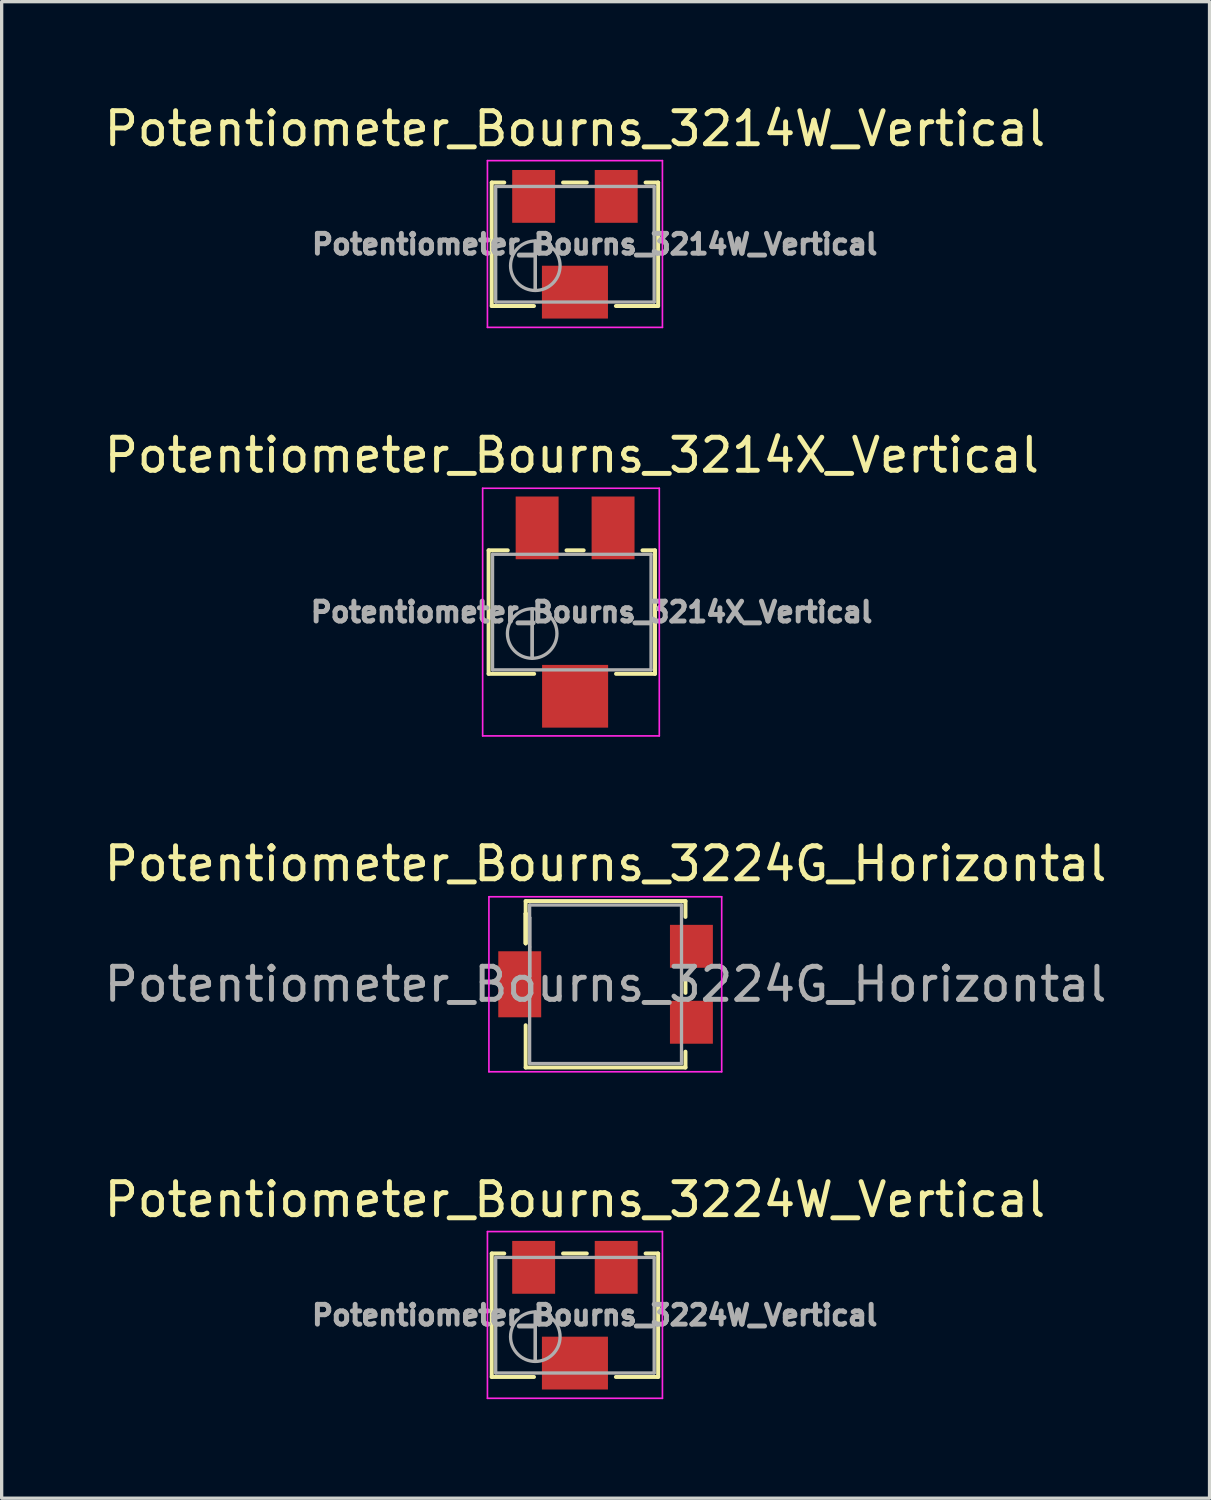
<source format=kicad_pcb>
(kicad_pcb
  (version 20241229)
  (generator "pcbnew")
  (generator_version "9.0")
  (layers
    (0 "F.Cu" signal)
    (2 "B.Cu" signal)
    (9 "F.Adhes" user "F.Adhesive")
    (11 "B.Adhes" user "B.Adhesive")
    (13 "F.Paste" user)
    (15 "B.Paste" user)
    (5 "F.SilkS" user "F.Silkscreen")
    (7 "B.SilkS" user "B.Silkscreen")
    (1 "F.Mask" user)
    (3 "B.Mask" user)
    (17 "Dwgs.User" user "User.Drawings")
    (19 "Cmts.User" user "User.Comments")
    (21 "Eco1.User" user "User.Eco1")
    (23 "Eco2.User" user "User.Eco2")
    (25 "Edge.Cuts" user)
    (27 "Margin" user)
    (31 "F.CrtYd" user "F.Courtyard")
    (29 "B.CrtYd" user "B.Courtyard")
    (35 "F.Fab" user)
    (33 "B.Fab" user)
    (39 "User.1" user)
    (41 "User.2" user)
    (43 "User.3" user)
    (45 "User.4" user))
  (footprint "Potentiometer_Bourns_3224W_Vertical"
    (layer "F.Cu")
    (at 14.363 36.301)
    (property "Reference" "Potentiometer_Bourns_3224W_Vertical" (at 0 -3.017 0) (layer "F.SilkS") (effects (font (size 1 1) (thickness 0.15))))
    (attr smd)
    (fp_line (start -2.52 -1.387) (end -2.52 2.353) (stroke (width 0.12) (type solid)) (layer "F.SilkS"))
    (fp_line (start -2.52 -1.387) (end -2.14 -1.387) (stroke (width 0.12) (type solid)) (layer "F.SilkS"))
    (fp_line (start -2.52 2.353) (end -1.24 2.353) (stroke (width 0.12) (type solid)) (layer "F.SilkS"))
    (fp_line (start -0.36 -1.387) (end 0.36 -1.387) (stroke (width 0.12) (type solid)) (layer "F.SilkS"))
    (fp_line (start 1.24 2.353) (end 2.52 2.353) (stroke (width 0.12) (type solid)) (layer "F.SilkS"))
    (fp_line (start 2.14 -1.387) (end 2.52 -1.387) (stroke (width 0.12) (type solid)) (layer "F.SilkS"))
    (fp_line (start 2.52 -1.387) (end 2.52 2.353) (stroke (width 0.12) (type solid)) (layer "F.SilkS"))
    (fp_line (start -2.65 -2.05) (end -2.65 3) (stroke (width 0.05) (type solid)) (layer "F.CrtYd"))
    (fp_line (start -2.65 3) (end 2.65 3) (stroke (width 0.05) (type solid)) (layer "F.CrtYd"))
    (fp_line (start 2.65 -2.05) (end -2.65 -2.05) (stroke (width 0.05) (type solid)) (layer "F.CrtYd"))
    (fp_line (start 2.65 3) (end 2.65 -2.05) (stroke (width 0.05) (type solid)) (layer "F.CrtYd"))
    (fp_line (start -2.4 -1.267) (end -2.4 2.233) (stroke (width 0.1) (type solid)) (layer "F.Fab"))
    (fp_line (start -2.4 2.233) (end 2.4 2.233) (stroke (width 0.1) (type solid)) (layer "F.Fab"))
    (fp_line (start -1.2 1.876) (end -1.199 0.391) (stroke (width 0.1) (type solid)) (layer "F.Fab"))
    (fp_line (start -1.2 1.876) (end -1.199 0.391) (stroke (width 0.1) (type solid)) (layer "F.Fab"))
    (fp_line (start 2.4 -1.267) (end -2.4 -1.267) (stroke (width 0.1) (type solid)) (layer "F.Fab"))
    (fp_line (start 2.4 2.233) (end 2.4 -1.267) (stroke (width 0.1) (type solid)) (layer "F.Fab"))
    (fp_circle (center -1.2 1.133) (end -0.45 1.133) (stroke (width 0.1) (type solid)) (fill no) (layer "F.Fab"))
    (fp_text user "${REFERENCE}" (at 0.6 0.483 0) (layer "F.Fab") (effects (font (size 0.6 0.6) (thickness 0.15))))
    (pad "1" smd rect (at 1.25 -0.967) (size 1.3 1.6) (layers "F.Cu" "F.Mask" "F.Paste"))
    (pad "2" smd rect (at 0 1.933) (size 2 1.6) (layers "F.Cu" "F.Mask" "F.Paste"))
    (pad "3" smd rect (at -1.25 -0.967) (size 1.3 1.6) (layers "F.Cu" "F.Mask" "F.Paste")))
  (footprint "Potentiometer_Bourns_3214X_Vertical"
    (layer "F.Cu")
    (at 14.368 14.638)
    (property "Reference" "Potentiometer_Bourns_3214X_Vertical" (at -0.1 -3.9 0) (layer "F.SilkS") (effects (font (size 1 1) (thickness 0.15))))
    (attr smd)
    (fp_line (start -2.62 -1.02) (end -2.62 2.72) (stroke (width 0.12) (type solid)) (layer "F.SilkS"))
    (fp_line (start -2.62 -1.02) (end -2.039 -1.02) (stroke (width 0.12) (type solid)) (layer "F.SilkS"))
    (fp_line (start -2.62 2.72) (end -1.24 2.72) (stroke (width 0.12) (type solid)) (layer "F.SilkS"))
    (fp_line (start -0.26 -1.02) (end 0.26 -1.02) (stroke (width 0.12) (type solid)) (layer "F.SilkS"))
    (fp_line (start 1.24 2.72) (end 2.42 2.72) (stroke (width 0.12) (type solid)) (layer "F.SilkS"))
    (fp_line (start 2.04 -1.02) (end 2.42 -1.02) (stroke (width 0.12) (type solid)) (layer "F.SilkS"))
    (fp_line (start 2.42 -1.02) (end 2.42 2.72) (stroke (width 0.12) (type solid)) (layer "F.SilkS"))
    (fp_line (start -2.8 -2.9) (end -2.8 4.6) (stroke (width 0.05) (type solid)) (layer "F.CrtYd"))
    (fp_line (start -2.8 4.6) (end 2.55 4.6) (stroke (width 0.05) (type solid)) (layer "F.CrtYd"))
    (fp_line (start 2.55 -2.9) (end -2.8 -2.9) (stroke (width 0.05) (type solid)) (layer "F.CrtYd"))
    (fp_line (start 2.55 4.6) (end 2.55 -2.9) (stroke (width 0.05) (type solid)) (layer "F.CrtYd"))
    (fp_line (start -2.5 -0.9) (end -2.5 2.6) (stroke (width 0.1) (type solid)) (layer "F.Fab"))
    (fp_line (start -2.5 2.6) (end 2.3 2.6) (stroke (width 0.1) (type solid)) (layer "F.Fab"))
    (fp_line (start -1.3 2.243) (end -1.299 0.758) (stroke (width 0.1) (type solid)) (layer "F.Fab"))
    (fp_line (start -1.3 2.243) (end -1.299 0.758) (stroke (width 0.1) (type solid)) (layer "F.Fab"))
    (fp_line (start 2.3 -0.9) (end -2.5 -0.9) (stroke (width 0.1) (type solid)) (layer "F.Fab"))
    (fp_line (start 2.3 2.6) (end 2.3 -0.9) (stroke (width 0.1) (type solid)) (layer "F.Fab"))
    (fp_circle (center -1.3 1.5) (end -0.55 1.5) (stroke (width 0.1) (type solid)) (fill no) (layer "F.Fab"))
    (fp_text user "${REFERENCE}" (at 0.5 0.85 0) (layer "F.Fab") (effects (font (size 0.6 0.6) (thickness 0.15))))
    (pad "1" smd rect (at 1.15 -1.7) (size 1.3 1.9) (layers "F.Cu" "F.Mask" "F.Paste"))
    (pad "2" smd rect (at 0 3.4) (size 2 1.9) (layers "F.Cu" "F.Mask" "F.Paste"))
    (pad "3" smd rect (at -1.15 -1.7) (size 1.3 1.9) (layers "F.Cu" "F.Mask" "F.Paste")))
  (footprint "Potentiometer_Bourns_3224G_Horizontal"
    (layer "F.Cu")
    (at 16.158 26.761)
    (property "Reference" "Potentiometer_Bourns_3224G_Horizontal" (at -0.867 -3.65 0) (layer "F.SilkS") (effects (font (size 1 1) (thickness 0.15))))
    (attr smd)
    (fp_line (start -3.287 -2.52) (end -3.287 -1.24) (stroke (width 0.12) (type solid)) (layer "F.SilkS"))
    (fp_line (start -3.287 -2.52) (end 1.553 -2.52) (stroke (width 0.12) (type solid)) (layer "F.SilkS"))
    (fp_line (start -3.287 -2.14) (end -3.287 -2.14) (stroke (width 0.12) (type solid)) (layer "F.SilkS"))
    (fp_line (start -3.287 -2.14) (end -3.287 -1.24) (stroke (width 0.12) (type solid)) (layer "F.SilkS"))
    (fp_line (start -3.287 -2.14) (end -3.287 -1.24) (stroke (width 0.12) (type solid)) (layer "F.SilkS"))
    (fp_line (start -3.287 1.24) (end -3.287 2.52) (stroke (width 0.12) (type solid)) (layer "F.SilkS"))
    (fp_line (start -3.287 2.52) (end 1.553 2.52) (stroke (width 0.12) (type solid)) (layer "F.SilkS"))
    (fp_line (start 1.553 -2.52) (end 1.553 -2.04) (stroke (width 0.12) (type solid)) (layer "F.SilkS"))
    (fp_line (start 1.553 -0.26) (end 1.553 0.26) (stroke (width 0.12) (type solid)) (layer "F.SilkS"))
    (fp_line (start 1.553 2.04) (end 1.553 2.52) (stroke (width 0.12) (type solid)) (layer "F.SilkS"))
    (fp_line (start -4.4 -2.65) (end -4.4 2.65) (stroke (width 0.05) (type solid)) (layer "F.CrtYd"))
    (fp_line (start -4.4 2.65) (end 2.65 2.65) (stroke (width 0.05) (type solid)) (layer "F.CrtYd"))
    (fp_line (start 2.65 -2.65) (end -4.4 -2.65) (stroke (width 0.05) (type solid)) (layer "F.CrtYd"))
    (fp_line (start 2.65 2.65) (end 2.65 -2.65) (stroke (width 0.05) (type solid)) (layer "F.CrtYd"))
    (fp_line (start -3.167 -2.4) (end -3.167 2.4) (stroke (width 0.1) (type solid)) (layer "F.Fab"))
    (fp_line (start -3.167 -2.02) (end -3.167 -2.02) (stroke (width 0.1) (type solid)) (layer "F.Fab"))
    (fp_line (start -3.167 -2.02) (end -3.167 -0.24) (stroke (width 0.1) (type solid)) (layer "F.Fab"))
    (fp_line (start -3.167 -1.13) (end -3.167 -1.13) (stroke (width 0.1) (type solid)) (layer "F.Fab"))
    (fp_line (start -3.167 -0.24) (end -3.167 -2.02) (stroke (width 0.1) (type solid)) (layer "F.Fab"))
    (fp_line (start -3.167 -0.24) (end -3.167 -0.24) (stroke (width 0.1) (type solid)) (layer "F.Fab"))
    (fp_line (start -3.167 2.4) (end 1.433 2.4) (stroke (width 0.1) (type solid)) (layer "F.Fab"))
    (fp_line (start 1.433 -2.4) (end -3.167 -2.4) (stroke (width 0.1) (type solid)) (layer "F.Fab"))
    (fp_line (start 1.433 2.4) (end 1.433 -2.4) (stroke (width 0.1) (type solid)) (layer "F.Fab"))
    (fp_text user "${REFERENCE}" (at -0.867 0 0) (layer "F.Fab") (effects (font (size 1 1) (thickness 0.15))))
    (pad "1" smd rect (at 1.733 -1.15) (size 1.3 1.3) (layers "F.Cu" "F.Mask" "F.Paste"))
    (pad "2" smd rect (at -3.467 0) (size 1.3 2) (layers "F.Cu" "F.Mask" "F.Paste"))
    (pad "3" smd rect (at 1.733 1.15) (size 1.3 1.3) (layers "F.Cu" "F.Mask" "F.Paste")))
  (footprint "Potentiometer_Bourns_3214W_Vertical"
    (layer "F.Cu")
    (at 14.363 3.865)
    (property "Reference" "Potentiometer_Bourns_3214W_Vertical" (at 0 -3.017 0) (layer "F.SilkS") (effects (font (size 1 1) (thickness 0.15))))
    (attr smd)
    (fp_line (start -2.52 -1.387) (end -2.52 2.353) (stroke (width 0.12) (type solid)) (layer "F.SilkS"))
    (fp_line (start -2.52 -1.387) (end -2.14 -1.387) (stroke (width 0.12) (type solid)) (layer "F.SilkS"))
    (fp_line (start -2.52 2.353) (end -1.24 2.353) (stroke (width 0.12) (type solid)) (layer "F.SilkS"))
    (fp_line (start -0.36 -1.387) (end 0.36 -1.387) (stroke (width 0.12) (type solid)) (layer "F.SilkS"))
    (fp_line (start 1.24 2.353) (end 2.52 2.353) (stroke (width 0.12) (type solid)) (layer "F.SilkS"))
    (fp_line (start 2.14 -1.387) (end 2.52 -1.387) (stroke (width 0.12) (type solid)) (layer "F.SilkS"))
    (fp_line (start 2.52 -1.387) (end 2.52 2.353) (stroke (width 0.12) (type solid)) (layer "F.SilkS"))
    (fp_line (start -2.65 -2.05) (end -2.65 3) (stroke (width 0.05) (type solid)) (layer "F.CrtYd"))
    (fp_line (start -2.65 3) (end 2.65 3) (stroke (width 0.05) (type solid)) (layer "F.CrtYd"))
    (fp_line (start 2.65 -2.05) (end -2.65 -2.05) (stroke (width 0.05) (type solid)) (layer "F.CrtYd"))
    (fp_line (start 2.65 3) (end 2.65 -2.05) (stroke (width 0.05) (type solid)) (layer "F.CrtYd"))
    (fp_line (start -2.4 -1.267) (end -2.4 2.233) (stroke (width 0.1) (type solid)) (layer "F.Fab"))
    (fp_line (start -2.4 2.233) (end 2.4 2.233) (stroke (width 0.1) (type solid)) (layer "F.Fab"))
    (fp_line (start -1.2 1.876) (end -1.199 0.391) (stroke (width 0.1) (type solid)) (layer "F.Fab"))
    (fp_line (start -1.2 1.876) (end -1.199 0.391) (stroke (width 0.1) (type solid)) (layer "F.Fab"))
    (fp_line (start 2.4 -1.267) (end -2.4 -1.267) (stroke (width 0.1) (type solid)) (layer "F.Fab"))
    (fp_line (start 2.4 2.233) (end 2.4 -1.267) (stroke (width 0.1) (type solid)) (layer "F.Fab"))
    (fp_circle (center -1.2 1.133) (end -0.45 1.133) (stroke (width 0.1) (type solid)) (fill no) (layer "F.Fab"))
    (fp_text user "${REFERENCE}" (at 0.6 0.483 0) (layer "F.Fab") (effects (font (size 0.6 0.6) (thickness 0.15))))
    (pad "1" smd rect (at 1.25 -0.967) (size 1.3 1.6) (layers "F.Cu" "F.Mask" "F.Paste"))
    (pad "2" smd rect (at 0 1.933) (size 2 1.6) (layers "F.Cu" "F.Mask" "F.Paste"))
    (pad "3" smd rect (at -1.25 -0.967) (size 1.3 1.6) (layers "F.Cu" "F.Mask" "F.Paste")))
  (gr_rect
    (start -3 -3)
    (end 33.583 42.326)
    (stroke (width 0.1) (type default))
    (fill no)
    (layer "Edge.Cuts")))
</source>
